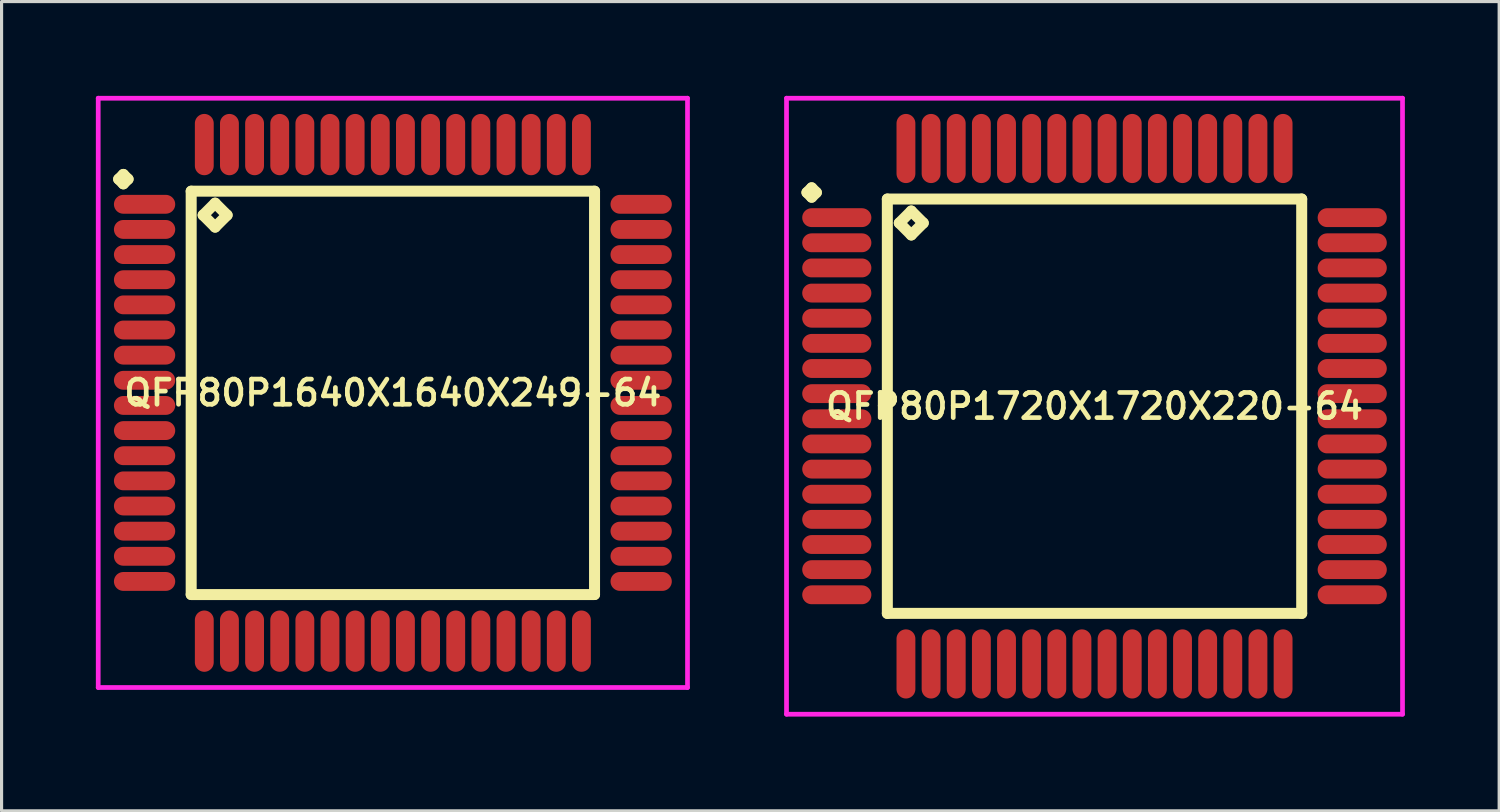
<source format=kicad_pcb>
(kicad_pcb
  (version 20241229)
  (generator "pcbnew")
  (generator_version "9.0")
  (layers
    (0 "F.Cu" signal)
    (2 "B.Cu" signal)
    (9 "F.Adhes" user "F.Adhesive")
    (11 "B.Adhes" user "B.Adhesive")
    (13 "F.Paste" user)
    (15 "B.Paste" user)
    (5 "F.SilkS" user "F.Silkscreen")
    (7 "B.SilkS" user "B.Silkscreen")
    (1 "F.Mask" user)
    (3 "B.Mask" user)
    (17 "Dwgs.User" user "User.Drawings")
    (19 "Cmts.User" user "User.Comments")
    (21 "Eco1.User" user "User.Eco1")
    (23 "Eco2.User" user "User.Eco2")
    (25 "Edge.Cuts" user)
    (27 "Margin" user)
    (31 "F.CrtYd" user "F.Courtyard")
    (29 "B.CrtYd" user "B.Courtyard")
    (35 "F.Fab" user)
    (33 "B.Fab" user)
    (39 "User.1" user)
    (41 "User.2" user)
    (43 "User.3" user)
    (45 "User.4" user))
  (footprint "QFP80P1720X1720X220-64"
    (layer "F.Cu")
    (at 31.775 9.875)
    (property "Reference" "QFP80P1720X1720X220-64" (at 0 0 0) (layer "F.SilkS") (effects (font (size 0.8 0.8) (thickness 0.15))))
    (attr through_hole)
    (fp_line (start -9.15 -6.8) (end -9 -6.95) (stroke (width 0.35) (type solid)) (layer "F.SilkS"))
    (fp_line (start -9 -6.95) (end -8.85 -6.8) (stroke (width 0.35) (type solid)) (layer "F.SilkS"))
    (fp_line (start -9 -6.65) (end -9.15 -6.8) (stroke (width 0.35) (type solid)) (layer "F.SilkS"))
    (fp_line (start -8.85 -6.8) (end -9 -6.65) (stroke (width 0.35) (type solid)) (layer "F.SilkS"))
    (fp_line (start -6.592 -6.592) (end -6.592 6.592) (stroke (width 0.35) (type solid)) (layer "F.SilkS"))
    (fp_line (start -6.592 6.592) (end 6.592 6.592) (stroke (width 0.35) (type solid)) (layer "F.SilkS"))
    (fp_line (start -6.211 -5.83) (end -5.83 -6.211) (stroke (width 0.35) (type solid)) (layer "F.SilkS"))
    (fp_line (start -5.83 -6.211) (end -5.449 -5.83) (stroke (width 0.35) (type solid)) (layer "F.SilkS"))
    (fp_line (start -5.83 -5.449) (end -6.211 -5.83) (stroke (width 0.35) (type solid)) (layer "F.SilkS"))
    (fp_line (start -5.449 -5.83) (end -5.83 -5.449) (stroke (width 0.35) (type solid)) (layer "F.SilkS"))
    (fp_line (start 6.592 -6.592) (end -6.592 -6.592) (stroke (width 0.35) (type solid)) (layer "F.SilkS"))
    (fp_line (start 6.592 6.592) (end 6.592 -6.592) (stroke (width 0.35) (type solid)) (layer "F.SilkS"))
    (fp_line (start -9.8 -9.8) (end 9.8 -9.8) (stroke (width 0.15) (type solid)) (layer "F.CrtYd"))
    (fp_line (start -9.8 9.8) (end -9.8 -9.8) (stroke (width 0.15) (type solid)) (layer "F.CrtYd"))
    (fp_line (start 9.8 -9.8) (end 9.8 9.8) (stroke (width 0.15) (type solid)) (layer "F.CrtYd"))
    (fp_line (start 9.8 9.8) (end -9.8 9.8) (stroke (width 0.15) (type solid)) (layer "F.CrtYd"))
    (pad "1" smd oval (at -8.2 -6) (size 2.2 0.6) (layers "F.Cu" "F.Mask" "F.Paste"))
    (pad "2" smd oval (at -8.2 -5.2) (size 2.2 0.6) (layers "F.Cu" "F.Mask" "F.Paste"))
    (pad "3" smd oval (at -8.2 -4.4) (size 2.2 0.6) (layers "F.Cu" "F.Mask" "F.Paste"))
    (pad "4" smd oval (at -8.2 -3.6) (size 2.2 0.6) (layers "F.Cu" "F.Mask" "F.Paste"))
    (pad "5" smd oval (at -8.2 -2.8) (size 2.2 0.6) (layers "F.Cu" "F.Mask" "F.Paste"))
    (pad "6" smd oval (at -8.2 -2) (size 2.2 0.6) (layers "F.Cu" "F.Mask" "F.Paste"))
    (pad "7" smd oval (at -8.2 -1.2) (size 2.2 0.6) (layers "F.Cu" "F.Mask" "F.Paste"))
    (pad "8" smd oval (at -8.2 -0.4) (size 2.2 0.6) (layers "F.Cu" "F.Mask" "F.Paste"))
    (pad "9" smd oval (at -8.2 0.4) (size 2.2 0.6) (layers "F.Cu" "F.Mask" "F.Paste"))
    (pad "10" smd oval (at -8.2 1.2) (size 2.2 0.6) (layers "F.Cu" "F.Mask" "F.Paste"))
    (pad "11" smd oval (at -8.2 2) (size 2.2 0.6) (layers "F.Cu" "F.Mask" "F.Paste"))
    (pad "12" smd oval (at -8.2 2.8) (size 2.2 0.6) (layers "F.Cu" "F.Mask" "F.Paste"))
    (pad "13" smd oval (at -8.2 3.6) (size 2.2 0.6) (layers "F.Cu" "F.Mask" "F.Paste"))
    (pad "14" smd oval (at -8.2 4.4) (size 2.2 0.6) (layers "F.Cu" "F.Mask" "F.Paste"))
    (pad "15" smd oval (at -8.2 5.2) (size 2.2 0.6) (layers "F.Cu" "F.Mask" "F.Paste"))
    (pad "16" smd oval (at -8.2 6) (size 2.2 0.6) (layers "F.Cu" "F.Mask" "F.Paste"))
    (pad "17" smd oval (at -6 8.2) (size 0.6 2.2) (layers "F.Cu" "F.Mask" "F.Paste"))
    (pad "18" smd oval (at -5.2 8.2) (size 0.6 2.2) (layers "F.Cu" "F.Mask" "F.Paste"))
    (pad "19" smd oval (at -4.4 8.2) (size 0.6 2.2) (layers "F.Cu" "F.Mask" "F.Paste"))
    (pad "20" smd oval (at -3.6 8.2) (size 0.6 2.2) (layers "F.Cu" "F.Mask" "F.Paste"))
    (pad "21" smd oval (at -2.8 8.2) (size 0.6 2.2) (layers "F.Cu" "F.Mask" "F.Paste"))
    (pad "22" smd oval (at -2 8.2) (size 0.6 2.2) (layers "F.Cu" "F.Mask" "F.Paste"))
    (pad "23" smd oval (at -1.2 8.2) (size 0.6 2.2) (layers "F.Cu" "F.Mask" "F.Paste"))
    (pad "24" smd oval (at -0.4 8.2) (size 0.6 2.2) (layers "F.Cu" "F.Mask" "F.Paste"))
    (pad "25" smd oval (at 0.4 8.2) (size 0.6 2.2) (layers "F.Cu" "F.Mask" "F.Paste"))
    (pad "26" smd oval (at 1.2 8.2) (size 0.6 2.2) (layers "F.Cu" "F.Mask" "F.Paste"))
    (pad "27" smd oval (at 2 8.2) (size 0.6 2.2) (layers "F.Cu" "F.Mask" "F.Paste"))
    (pad "28" smd oval (at 2.8 8.2) (size 0.6 2.2) (layers "F.Cu" "F.Mask" "F.Paste"))
    (pad "29" smd oval (at 3.6 8.2) (size 0.6 2.2) (layers "F.Cu" "F.Mask" "F.Paste"))
    (pad "30" smd oval (at 4.4 8.2) (size 0.6 2.2) (layers "F.Cu" "F.Mask" "F.Paste"))
    (pad "31" smd oval (at 5.2 8.2) (size 0.6 2.2) (layers "F.Cu" "F.Mask" "F.Paste"))
    (pad "32" smd oval (at 6 8.2) (size 0.6 2.2) (layers "F.Cu" "F.Mask" "F.Paste"))
    (pad "33" smd oval (at 8.2 6) (size 2.2 0.6) (layers "F.Cu" "F.Mask" "F.Paste"))
    (pad "34" smd oval (at 8.2 5.2) (size 2.2 0.6) (layers "F.Cu" "F.Mask" "F.Paste"))
    (pad "35" smd oval (at 8.2 4.4) (size 2.2 0.6) (layers "F.Cu" "F.Mask" "F.Paste"))
    (pad "36" smd oval (at 8.2 3.6) (size 2.2 0.6) (layers "F.Cu" "F.Mask" "F.Paste"))
    (pad "37" smd oval (at 8.2 2.8) (size 2.2 0.6) (layers "F.Cu" "F.Mask" "F.Paste"))
    (pad "38" smd oval (at 8.2 2) (size 2.2 0.6) (layers "F.Cu" "F.Mask" "F.Paste"))
    (pad "39" smd oval (at 8.2 1.2) (size 2.2 0.6) (layers "F.Cu" "F.Mask" "F.Paste"))
    (pad "40" smd oval (at 8.2 0.4) (size 2.2 0.6) (layers "F.Cu" "F.Mask" "F.Paste"))
    (pad "41" smd oval (at 8.2 -0.4) (size 2.2 0.6) (layers "F.Cu" "F.Mask" "F.Paste"))
    (pad "42" smd oval (at 8.2 -1.2) (size 2.2 0.6) (layers "F.Cu" "F.Mask" "F.Paste"))
    (pad "43" smd oval (at 8.2 -2) (size 2.2 0.6) (layers "F.Cu" "F.Mask" "F.Paste"))
    (pad "44" smd oval (at 8.2 -2.8) (size 2.2 0.6) (layers "F.Cu" "F.Mask" "F.Paste"))
    (pad "45" smd oval (at 8.2 -3.6) (size 2.2 0.6) (layers "F.Cu" "F.Mask" "F.Paste"))
    (pad "46" smd oval (at 8.2 -4.4) (size 2.2 0.6) (layers "F.Cu" "F.Mask" "F.Paste"))
    (pad "47" smd oval (at 8.2 -5.2) (size 2.2 0.6) (layers "F.Cu" "F.Mask" "F.Paste"))
    (pad "48" smd oval (at 8.2 -6) (size 2.2 0.6) (layers "F.Cu" "F.Mask" "F.Paste"))
    (pad "49" smd oval (at 6 -8.2) (size 0.6 2.2) (layers "F.Cu" "F.Mask" "F.Paste"))
    (pad "50" smd oval (at 5.2 -8.2) (size 0.6 2.2) (layers "F.Cu" "F.Mask" "F.Paste"))
    (pad "51" smd oval (at 4.4 -8.2) (size 0.6 2.2) (layers "F.Cu" "F.Mask" "F.Paste"))
    (pad "52" smd oval (at 3.6 -8.2) (size 0.6 2.2) (layers "F.Cu" "F.Mask" "F.Paste"))
    (pad "53" smd oval (at 2.8 -8.2) (size 0.6 2.2) (layers "F.Cu" "F.Mask" "F.Paste"))
    (pad "54" smd oval (at 2 -8.2) (size 0.6 2.2) (layers "F.Cu" "F.Mask" "F.Paste"))
    (pad "55" smd oval (at 1.2 -8.2) (size 0.6 2.2) (layers "F.Cu" "F.Mask" "F.Paste"))
    (pad "56" smd oval (at 0.4 -8.2) (size 0.6 2.2) (layers "F.Cu" "F.Mask" "F.Paste"))
    (pad "57" smd oval (at -0.4 -8.2) (size 0.6 2.2) (layers "F.Cu" "F.Mask" "F.Paste"))
    (pad "58" smd oval (at -1.2 -8.2) (size 0.6 2.2) (layers "F.Cu" "F.Mask" "F.Paste"))
    (pad "59" smd oval (at -2 -8.2) (size 0.6 2.2) (layers "F.Cu" "F.Mask" "F.Paste"))
    (pad "60" smd oval (at -2.8 -8.2) (size 0.6 2.2) (layers "F.Cu" "F.Mask" "F.Paste"))
    (pad "61" smd oval (at -3.6 -8.2) (size 0.6 2.2) (layers "F.Cu" "F.Mask" "F.Paste"))
    (pad "62" smd oval (at -4.4 -8.2) (size 0.6 2.2) (layers "F.Cu" "F.Mask" "F.Paste"))
    (pad "63" smd oval (at -5.2 -8.2) (size 0.6 2.2) (layers "F.Cu" "F.Mask" "F.Paste"))
    (pad "64" smd oval (at -6 -8.2) (size 0.6 2.2) (layers "F.Cu" "F.Mask" "F.Paste")))
  (footprint "QFP80P1640X1640X249-64"
    (layer "F.Cu")
    (at 9.45 9.45)
    (property "Reference" "QFP80P1640X1640X249-64" (at 0 0 0) (layer "F.SilkS") (effects (font (size 0.8 0.8) (thickness 0.15))))
    (attr smd)
    (fp_line (start -8.725 -6.8) (end -8.575 -6.95) (stroke (width 0.35) (type solid)) (layer "F.SilkS"))
    (fp_line (start -8.575 -6.95) (end -8.425 -6.8) (stroke (width 0.35) (type solid)) (layer "F.SilkS"))
    (fp_line (start -8.575 -6.65) (end -8.725 -6.8) (stroke (width 0.35) (type solid)) (layer "F.SilkS"))
    (fp_line (start -8.425 -6.8) (end -8.575 -6.65) (stroke (width 0.35) (type solid)) (layer "F.SilkS"))
    (fp_line (start -6.417 -6.417) (end -6.417 6.417) (stroke (width 0.35) (type solid)) (layer "F.SilkS"))
    (fp_line (start -6.417 6.417) (end 6.417 6.417) (stroke (width 0.35) (type solid)) (layer "F.SilkS"))
    (fp_line (start -6.036 -5.655) (end -5.655 -6.036) (stroke (width 0.35) (type solid)) (layer "F.SilkS"))
    (fp_line (start -5.655 -6.036) (end -5.274 -5.655) (stroke (width 0.35) (type solid)) (layer "F.SilkS"))
    (fp_line (start -5.655 -5.274) (end -6.036 -5.655) (stroke (width 0.35) (type solid)) (layer "F.SilkS"))
    (fp_line (start -5.274 -5.655) (end -5.655 -5.274) (stroke (width 0.35) (type solid)) (layer "F.SilkS"))
    (fp_line (start 6.417 -6.417) (end -6.417 -6.417) (stroke (width 0.35) (type solid)) (layer "F.SilkS"))
    (fp_line (start 6.417 6.417) (end 6.417 -6.417) (stroke (width 0.35) (type solid)) (layer "F.SilkS"))
    (fp_line (start -9.375 -9.375) (end 9.375 -9.375) (stroke (width 0.15) (type solid)) (layer "F.CrtYd"))
    (fp_line (start -9.375 9.375) (end -9.375 -9.375) (stroke (width 0.15) (type solid)) (layer "F.CrtYd"))
    (fp_line (start 9.375 -9.375) (end 9.375 9.375) (stroke (width 0.15) (type solid)) (layer "F.CrtYd"))
    (fp_line (start 9.375 9.375) (end -9.375 9.375) (stroke (width 0.15) (type solid)) (layer "F.CrtYd"))
    (pad "1" smd oval (at -7.9 -6) (size 1.95 0.6) (layers "F.Cu" "F.Mask" "F.Paste"))
    (pad "2" smd oval (at -7.9 -5.2) (size 1.95 0.6) (layers "F.Cu" "F.Mask" "F.Paste"))
    (pad "3" smd oval (at -7.9 -4.4) (size 1.95 0.6) (layers "F.Cu" "F.Mask" "F.Paste"))
    (pad "4" smd oval (at -7.9 -3.6) (size 1.95 0.6) (layers "F.Cu" "F.Mask" "F.Paste"))
    (pad "5" smd oval (at -7.9 -2.8) (size 1.95 0.6) (layers "F.Cu" "F.Mask" "F.Paste"))
    (pad "6" smd oval (at -7.9 -2) (size 1.95 0.6) (layers "F.Cu" "F.Mask" "F.Paste"))
    (pad "7" smd oval (at -7.9 -1.2) (size 1.95 0.6) (layers "F.Cu" "F.Mask" "F.Paste"))
    (pad "8" smd oval (at -7.9 -0.4) (size 1.95 0.6) (layers "F.Cu" "F.Mask" "F.Paste"))
    (pad "9" smd oval (at -7.9 0.4) (size 1.95 0.6) (layers "F.Cu" "F.Mask" "F.Paste"))
    (pad "10" smd oval (at -7.9 1.2) (size 1.95 0.6) (layers "F.Cu" "F.Mask" "F.Paste"))
    (pad "11" smd oval (at -7.9 2) (size 1.95 0.6) (layers "F.Cu" "F.Mask" "F.Paste"))
    (pad "12" smd oval (at -7.9 2.8) (size 1.95 0.6) (layers "F.Cu" "F.Mask" "F.Paste"))
    (pad "13" smd oval (at -7.9 3.6) (size 1.95 0.6) (layers "F.Cu" "F.Mask" "F.Paste"))
    (pad "14" smd oval (at -7.9 4.4) (size 1.95 0.6) (layers "F.Cu" "F.Mask" "F.Paste"))
    (pad "15" smd oval (at -7.9 5.2) (size 1.95 0.6) (layers "F.Cu" "F.Mask" "F.Paste"))
    (pad "16" smd oval (at -7.9 6) (size 1.95 0.6) (layers "F.Cu" "F.Mask" "F.Paste"))
    (pad "17" smd oval (at -6 7.9) (size 0.6 1.95) (layers "F.Cu" "F.Mask" "F.Paste"))
    (pad "18" smd oval (at -5.2 7.9) (size 0.6 1.95) (layers "F.Cu" "F.Mask" "F.Paste"))
    (pad "19" smd oval (at -4.4 7.9) (size 0.6 1.95) (layers "F.Cu" "F.Mask" "F.Paste"))
    (pad "20" smd oval (at -3.6 7.9) (size 0.6 1.95) (layers "F.Cu" "F.Mask" "F.Paste"))
    (pad "21" smd oval (at -2.8 7.9) (size 0.6 1.95) (layers "F.Cu" "F.Mask" "F.Paste"))
    (pad "22" smd oval (at -2 7.9) (size 0.6 1.95) (layers "F.Cu" "F.Mask" "F.Paste"))
    (pad "23" smd oval (at -1.2 7.9) (size 0.6 1.95) (layers "F.Cu" "F.Mask" "F.Paste"))
    (pad "24" smd oval (at -0.4 7.9) (size 0.6 1.95) (layers "F.Cu" "F.Mask" "F.Paste"))
    (pad "25" smd oval (at 0.4 7.9) (size 0.6 1.95) (layers "F.Cu" "F.Mask" "F.Paste"))
    (pad "26" smd oval (at 1.2 7.9) (size 0.6 1.95) (layers "F.Cu" "F.Mask" "F.Paste"))
    (pad "27" smd oval (at 2 7.9) (size 0.6 1.95) (layers "F.Cu" "F.Mask" "F.Paste"))
    (pad "28" smd oval (at 2.8 7.9) (size 0.6 1.95) (layers "F.Cu" "F.Mask" "F.Paste"))
    (pad "29" smd oval (at 3.6 7.9) (size 0.6 1.95) (layers "F.Cu" "F.Mask" "F.Paste"))
    (pad "30" smd oval (at 4.4 7.9) (size 0.6 1.95) (layers "F.Cu" "F.Mask" "F.Paste"))
    (pad "31" smd oval (at 5.2 7.9) (size 0.6 1.95) (layers "F.Cu" "F.Mask" "F.Paste"))
    (pad "32" smd oval (at 6 7.9) (size 0.6 1.95) (layers "F.Cu" "F.Mask" "F.Paste"))
    (pad "33" smd oval (at 7.9 6) (size 1.95 0.6) (layers "F.Cu" "F.Mask" "F.Paste"))
    (pad "34" smd oval (at 7.9 5.2) (size 1.95 0.6) (layers "F.Cu" "F.Mask" "F.Paste"))
    (pad "35" smd oval (at 7.9 4.4) (size 1.95 0.6) (layers "F.Cu" "F.Mask" "F.Paste"))
    (pad "36" smd oval (at 7.9 3.6) (size 1.95 0.6) (layers "F.Cu" "F.Mask" "F.Paste"))
    (pad "37" smd oval (at 7.9 2.8) (size 1.95 0.6) (layers "F.Cu" "F.Mask" "F.Paste"))
    (pad "38" smd oval (at 7.9 2) (size 1.95 0.6) (layers "F.Cu" "F.Mask" "F.Paste"))
    (pad "39" smd oval (at 7.9 1.2) (size 1.95 0.6) (layers "F.Cu" "F.Mask" "F.Paste"))
    (pad "40" smd oval (at 7.9 0.4) (size 1.95 0.6) (layers "F.Cu" "F.Mask" "F.Paste"))
    (pad "41" smd oval (at 7.9 -0.4) (size 1.95 0.6) (layers "F.Cu" "F.Mask" "F.Paste"))
    (pad "42" smd oval (at 7.9 -1.2) (size 1.95 0.6) (layers "F.Cu" "F.Mask" "F.Paste"))
    (pad "43" smd oval (at 7.9 -2) (size 1.95 0.6) (layers "F.Cu" "F.Mask" "F.Paste"))
    (pad "44" smd oval (at 7.9 -2.8) (size 1.95 0.6) (layers "F.Cu" "F.Mask" "F.Paste"))
    (pad "45" smd oval (at 7.9 -3.6) (size 1.95 0.6) (layers "F.Cu" "F.Mask" "F.Paste"))
    (pad "46" smd oval (at 7.9 -4.4) (size 1.95 0.6) (layers "F.Cu" "F.Mask" "F.Paste"))
    (pad "47" smd oval (at 7.9 -5.2) (size 1.95 0.6) (layers "F.Cu" "F.Mask" "F.Paste"))
    (pad "48" smd oval (at 7.9 -6) (size 1.95 0.6) (layers "F.Cu" "F.Mask" "F.Paste"))
    (pad "49" smd oval (at 6 -7.9) (size 0.6 1.95) (layers "F.Cu" "F.Mask" "F.Paste"))
    (pad "50" smd oval (at 5.2 -7.9) (size 0.6 1.95) (layers "F.Cu" "F.Mask" "F.Paste"))
    (pad "51" smd oval (at 4.4 -7.9) (size 0.6 1.95) (layers "F.Cu" "F.Mask" "F.Paste"))
    (pad "52" smd oval (at 3.6 -7.9) (size 0.6 1.95) (layers "F.Cu" "F.Mask" "F.Paste"))
    (pad "53" smd oval (at 2.8 -7.9) (size 0.6 1.95) (layers "F.Cu" "F.Mask" "F.Paste"))
    (pad "54" smd oval (at 2 -7.9) (size 0.6 1.95) (layers "F.Cu" "F.Mask" "F.Paste"))
    (pad "55" smd oval (at 1.2 -7.9) (size 0.6 1.95) (layers "F.Cu" "F.Mask" "F.Paste"))
    (pad "56" smd oval (at 0.4 -7.9) (size 0.6 1.95) (layers "F.Cu" "F.Mask" "F.Paste"))
    (pad "57" smd oval (at -0.4 -7.9) (size 0.6 1.95) (layers "F.Cu" "F.Mask" "F.Paste"))
    (pad "58" smd oval (at -1.2 -7.9) (size 0.6 1.95) (layers "F.Cu" "F.Mask" "F.Paste"))
    (pad "59" smd oval (at -2 -7.9) (size 0.6 1.95) (layers "F.Cu" "F.Mask" "F.Paste"))
    (pad "60" smd oval (at -2.8 -7.9) (size 0.6 1.95) (layers "F.Cu" "F.Mask" "F.Paste"))
    (pad "61" smd oval (at -3.6 -7.9) (size 0.6 1.95) (layers "F.Cu" "F.Mask" "F.Paste"))
    (pad "62" smd oval (at -4.4 -7.9) (size 0.6 1.95) (layers "F.Cu" "F.Mask" "F.Paste"))
    (pad "63" smd oval (at -5.2 -7.9) (size 0.6 1.95) (layers "F.Cu" "F.Mask" "F.Paste"))
    (pad "64" smd oval (at -6 -7.9) (size 0.6 1.95) (layers "F.Cu" "F.Mask" "F.Paste")))
  (gr_rect
    (start -3 -3)
    (end 44.65 22.75)
    (stroke (width 0.1) (type default))
    (fill no)
    (layer "Edge.Cuts")))
</source>
